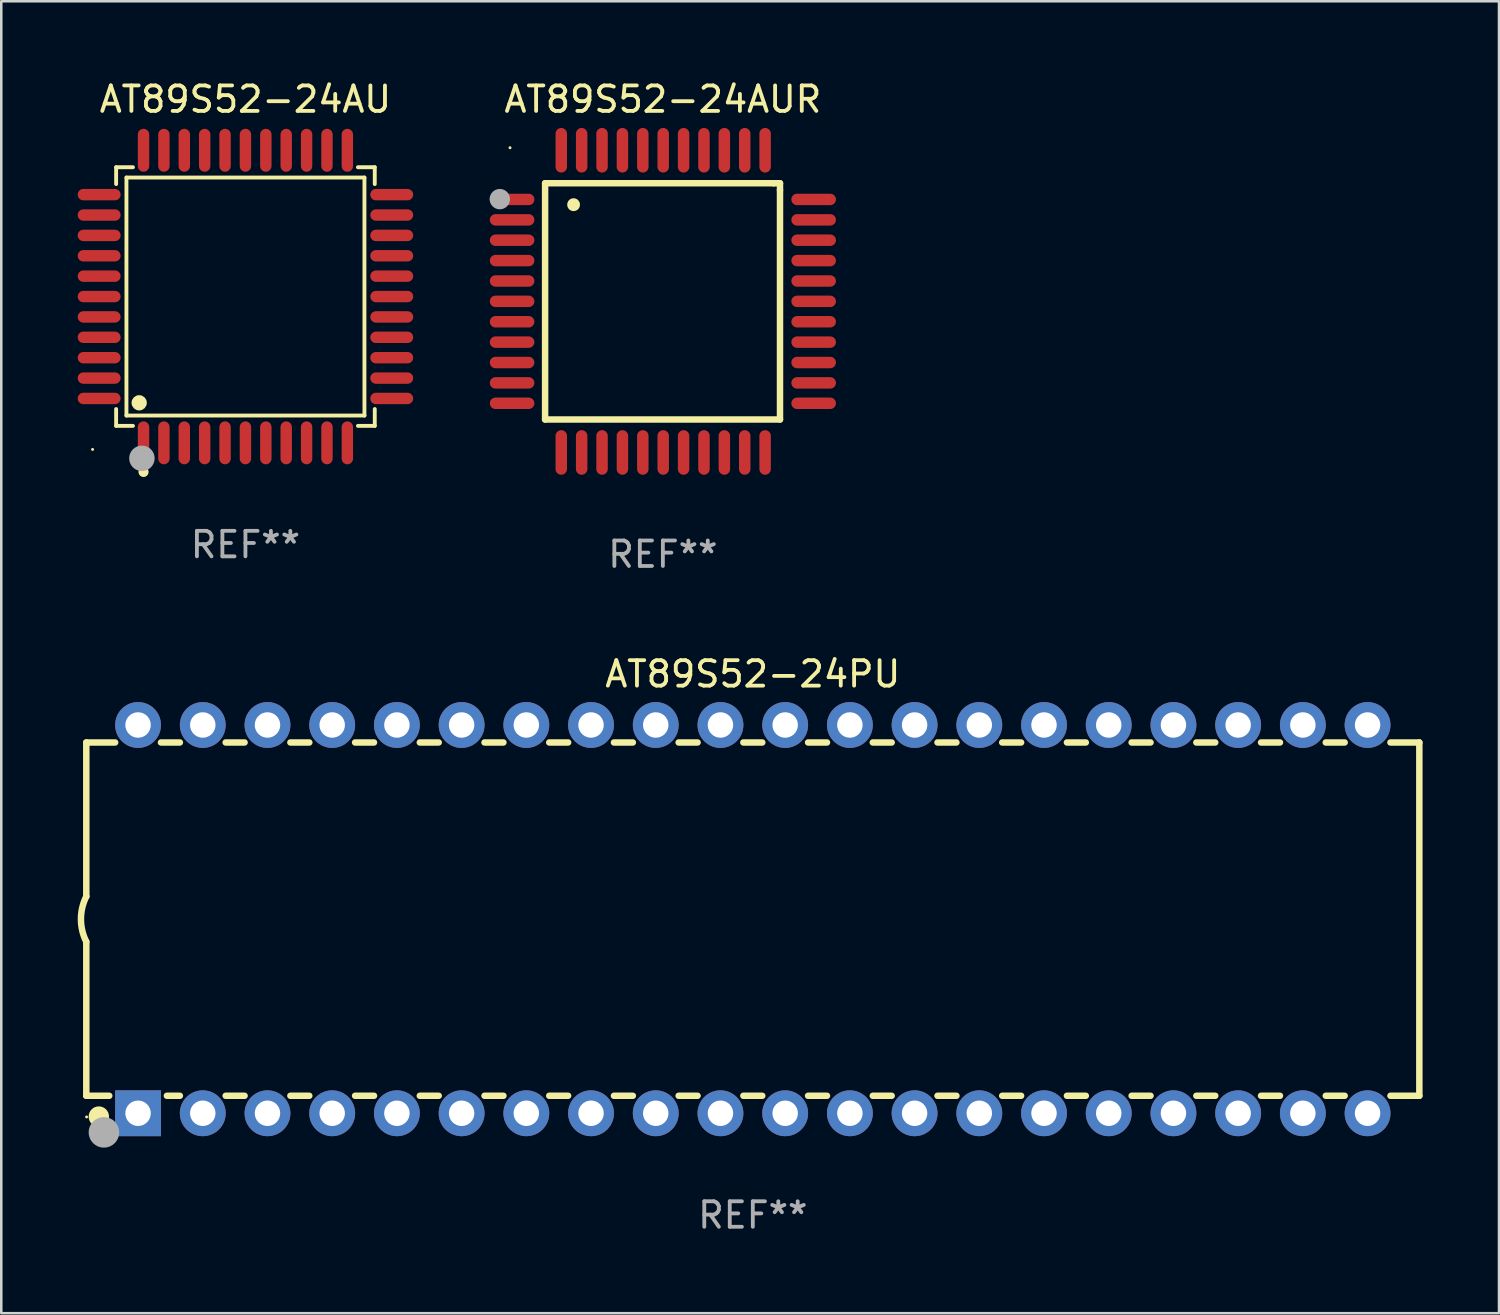
<source format=kicad_pcb>
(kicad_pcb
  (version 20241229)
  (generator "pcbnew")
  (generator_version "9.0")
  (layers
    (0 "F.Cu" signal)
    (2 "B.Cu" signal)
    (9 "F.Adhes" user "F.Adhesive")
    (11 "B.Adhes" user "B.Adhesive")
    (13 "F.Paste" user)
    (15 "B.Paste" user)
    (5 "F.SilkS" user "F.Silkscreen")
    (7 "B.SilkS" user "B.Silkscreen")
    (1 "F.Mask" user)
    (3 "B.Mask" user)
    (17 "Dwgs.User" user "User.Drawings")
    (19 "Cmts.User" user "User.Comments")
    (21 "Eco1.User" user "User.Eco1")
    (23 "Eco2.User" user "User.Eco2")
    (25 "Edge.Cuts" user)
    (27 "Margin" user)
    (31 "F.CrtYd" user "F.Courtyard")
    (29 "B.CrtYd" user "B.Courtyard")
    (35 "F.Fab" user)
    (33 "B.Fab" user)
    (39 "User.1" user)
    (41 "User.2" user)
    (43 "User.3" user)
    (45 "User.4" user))
  (footprint "AT89S52-24PU"
    (layer "F.Cu")
    (at 26.499 33.027)
    (property "Reference" "AT89S52-24PU" (at 0 -9.62 0) (layer "F.SilkS") (effects (font (size 1 1) (thickness 0.15))))
    (attr through_hole)
    (fp_line (start -26.162 -6.934) (end -26.162 -0.889) (stroke (width 0.254) (type solid)) (layer "F.SilkS"))
    (fp_line (start -26.162 -6.934) (end -25.029 -6.934) (stroke (width 0.254) (type solid)) (layer "F.SilkS"))
    (fp_line (start -26.162 6.934) (end -26.162 0.889) (stroke (width 0.254) (type solid)) (layer "F.SilkS"))
    (fp_line (start -26.162 6.934) (end -25.261 6.934) (stroke (width 0.254) (type solid)) (layer "F.SilkS"))
    (fp_line (start -23.231 -6.934) (end -22.489 -6.934) (stroke (width 0.254) (type solid)) (layer "F.SilkS"))
    (fp_line (start -22.999 6.934) (end -22.489 6.934) (stroke (width 0.254) (type solid)) (layer "F.SilkS"))
    (fp_line (start -20.691 -6.934) (end -19.949 -6.934) (stroke (width 0.254) (type solid)) (layer "F.SilkS"))
    (fp_line (start -20.691 6.934) (end -19.949 6.934) (stroke (width 0.254) (type solid)) (layer "F.SilkS"))
    (fp_line (start -18.151 -6.934) (end -17.409 -6.934) (stroke (width 0.254) (type solid)) (layer "F.SilkS"))
    (fp_line (start -18.151 6.934) (end -17.409 6.934) (stroke (width 0.254) (type solid)) (layer "F.SilkS"))
    (fp_line (start -15.611 -6.934) (end -14.869 -6.934) (stroke (width 0.254) (type solid)) (layer "F.SilkS"))
    (fp_line (start -15.611 6.934) (end -14.869 6.934) (stroke (width 0.254) (type solid)) (layer "F.SilkS"))
    (fp_line (start -13.071 -6.934) (end -12.329 -6.934) (stroke (width 0.254) (type solid)) (layer "F.SilkS"))
    (fp_line (start -13.071 6.934) (end -12.329 6.934) (stroke (width 0.254) (type solid)) (layer "F.SilkS"))
    (fp_line (start -10.531 -6.934) (end -9.789 -6.934) (stroke (width 0.254) (type solid)) (layer "F.SilkS"))
    (fp_line (start -10.531 6.934) (end -9.789 6.934) (stroke (width 0.254) (type solid)) (layer "F.SilkS"))
    (fp_line (start -7.991 -6.934) (end -7.249 -6.934) (stroke (width 0.254) (type solid)) (layer "F.SilkS"))
    (fp_line (start -7.991 6.934) (end -7.249 6.934) (stroke (width 0.254) (type solid)) (layer "F.SilkS"))
    (fp_line (start -5.451 -6.934) (end -4.709 -6.934) (stroke (width 0.254) (type solid)) (layer "F.SilkS"))
    (fp_line (start -5.451 6.934) (end -4.709 6.934) (stroke (width 0.254) (type solid)) (layer "F.SilkS"))
    (fp_line (start -2.911 -6.934) (end -2.169 -6.934) (stroke (width 0.254) (type solid)) (layer "F.SilkS"))
    (fp_line (start -2.911 6.934) (end -2.169 6.934) (stroke (width 0.254) (type solid)) (layer "F.SilkS"))
    (fp_line (start -0.371 -6.934) (end 0.371 -6.934) (stroke (width 0.254) (type solid)) (layer "F.SilkS"))
    (fp_line (start -0.371 6.934) (end 0.371 6.934) (stroke (width 0.254) (type solid)) (layer "F.SilkS"))
    (fp_line (start 2.169 -6.934) (end 2.911 -6.934) (stroke (width 0.254) (type solid)) (layer "F.SilkS"))
    (fp_line (start 2.169 6.934) (end 2.911 6.934) (stroke (width 0.254) (type solid)) (layer "F.SilkS"))
    (fp_line (start 4.709 -6.934) (end 5.451 -6.934) (stroke (width 0.254) (type solid)) (layer "F.SilkS"))
    (fp_line (start 4.709 6.934) (end 5.451 6.934) (stroke (width 0.254) (type solid)) (layer "F.SilkS"))
    (fp_line (start 7.249 -6.934) (end 7.991 -6.934) (stroke (width 0.254) (type solid)) (layer "F.SilkS"))
    (fp_line (start 7.249 6.934) (end 7.991 6.934) (stroke (width 0.254) (type solid)) (layer "F.SilkS"))
    (fp_line (start 9.789 -6.934) (end 10.531 -6.934) (stroke (width 0.254) (type solid)) (layer "F.SilkS"))
    (fp_line (start 9.789 6.934) (end 10.531 6.934) (stroke (width 0.254) (type solid)) (layer "F.SilkS"))
    (fp_line (start 12.329 -6.934) (end 13.071 -6.934) (stroke (width 0.254) (type solid)) (layer "F.SilkS"))
    (fp_line (start 12.329 6.934) (end 13.071 6.934) (stroke (width 0.254) (type solid)) (layer "F.SilkS"))
    (fp_line (start 14.869 -6.934) (end 15.611 -6.934) (stroke (width 0.254) (type solid)) (layer "F.SilkS"))
    (fp_line (start 14.869 6.934) (end 15.611 6.934) (stroke (width 0.254) (type solid)) (layer "F.SilkS"))
    (fp_line (start 17.409 -6.934) (end 18.151 -6.934) (stroke (width 0.254) (type solid)) (layer "F.SilkS"))
    (fp_line (start 17.409 6.934) (end 18.151 6.934) (stroke (width 0.254) (type solid)) (layer "F.SilkS"))
    (fp_line (start 19.949 -6.934) (end 20.691 -6.934) (stroke (width 0.254) (type solid)) (layer "F.SilkS"))
    (fp_line (start 19.949 6.934) (end 20.691 6.934) (stroke (width 0.254) (type solid)) (layer "F.SilkS"))
    (fp_line (start 22.489 -6.934) (end 23.231 -6.934) (stroke (width 0.254) (type solid)) (layer "F.SilkS"))
    (fp_line (start 22.489 6.934) (end 23.231 6.934) (stroke (width 0.254) (type solid)) (layer "F.SilkS"))
    (fp_line (start 25.029 -6.934) (end 26.162 -6.934) (stroke (width 0.254) (type solid)) (layer "F.SilkS"))
    (fp_line (start 25.029 6.934) (end 26.162 6.934) (stroke (width 0.254) (type solid)) (layer "F.SilkS"))
    (fp_line (start 26.162 -6.934) (end 26.162 6.934) (stroke (width 0.254) (type solid)) (layer "F.SilkS"))
    (fp_arc (start -26.162052 0.889001) (mid -26.371917 0) (end -26.162052 -0.889002) (stroke (width 0.254001) (type solid)) (layer "F.SilkS"))
    (fp_circle (center -26.15 7.765) (end -26.12 7.765) (stroke (width 0.06) (type solid)) (fill no) (layer "F.SilkS"))
    (fp_circle (center -25.67 7.75) (end -25.47 7.75) (stroke (width 0.4) (type solid)) (fill no) (layer "F.SilkS"))
    (fp_circle (center -25.47 8.37) (end -25.17 8.37) (stroke (width 0.6) (type solid)) (fill no) (layer "F.Fab"))
    (fp_text user "REF**" (at 0 11.62 0) (layer "F.Fab") (effects (font (size 1 1) (thickness 0.15))))
    (pad "1" thru_hole rect (at -24.13 7.62) (size 1.8 1.8) (drill 1) (layers "*.Cu" "*.Mask"))
    (pad "2" thru_hole circle (at -21.59 7.62) (size 1.8 1.8) (drill 1) (layers "*.Cu" "*.Mask"))
    (pad "3" thru_hole circle (at -19.05 7.62) (size 1.8 1.8) (drill 1) (layers "*.Cu" "*.Mask"))
    (pad "4" thru_hole circle (at -16.51 7.62) (size 1.8 1.8) (drill 1) (layers "*.Cu" "*.Mask"))
    (pad "5" thru_hole circle (at -13.97 7.62) (size 1.8 1.8) (drill 1) (layers "*.Cu" "*.Mask"))
    (pad "6" thru_hole circle (at -11.43 7.62) (size 1.8 1.8) (drill 1) (layers "*.Cu" "*.Mask"))
    (pad "7" thru_hole circle (at -8.89 7.62) (size 1.8 1.8) (drill 1) (layers "*.Cu" "*.Mask"))
    (pad "8" thru_hole circle (at -6.35 7.62) (size 1.8 1.8) (drill 1) (layers "*.Cu" "*.Mask"))
    (pad "9" thru_hole circle (at -3.81 7.62) (size 1.8 1.8) (drill 1) (layers "*.Cu" "*.Mask"))
    (pad "10" thru_hole circle (at -1.27 7.62) (size 1.8 1.8) (drill 1) (layers "*.Cu" "*.Mask"))
    (pad "11" thru_hole circle (at 1.27 7.62) (size 1.8 1.8) (drill 1) (layers "*.Cu" "*.Mask"))
    (pad "12" thru_hole circle (at 3.81 7.62) (size 1.8 1.8) (drill 1) (layers "*.Cu" "*.Mask"))
    (pad "13" thru_hole circle (at 6.35 7.62) (size 1.8 1.8) (drill 1) (layers "*.Cu" "*.Mask"))
    (pad "14" thru_hole circle (at 8.89 7.62) (size 1.8 1.8) (drill 1) (layers "*.Cu" "*.Mask"))
    (pad "15" thru_hole circle (at 11.43 7.62) (size 1.8 1.8) (drill 1) (layers "*.Cu" "*.Mask"))
    (pad "16" thru_hole circle (at 13.97 7.62) (size 1.8 1.8) (drill 1) (layers "*.Cu" "*.Mask"))
    (pad "17" thru_hole circle (at 16.51 7.62) (size 1.8 1.8) (drill 1) (layers "*.Cu" "*.Mask"))
    (pad "18" thru_hole circle (at 19.05 7.62) (size 1.8 1.8) (drill 1) (layers "*.Cu" "*.Mask"))
    (pad "19" thru_hole circle (at 21.59 7.62) (size 1.8 1.8) (drill 1) (layers "*.Cu" "*.Mask"))
    (pad "20" thru_hole circle (at 24.13 7.62) (size 1.8 1.8) (drill 1) (layers "*.Cu" "*.Mask"))
    (pad "21" thru_hole circle (at 24.13 -7.62) (size 1.8 1.8) (drill 1) (layers "*.Cu" "*.Mask"))
    (pad "22" thru_hole circle (at 21.59 -7.62) (size 1.8 1.8) (drill 1) (layers "*.Cu" "*.Mask"))
    (pad "23" thru_hole circle (at 19.05 -7.62) (size 1.8 1.8) (drill 1) (layers "*.Cu" "*.Mask"))
    (pad "24" thru_hole circle (at 16.51 -7.62) (size 1.8 1.8) (drill 1) (layers "*.Cu" "*.Mask"))
    (pad "25" thru_hole circle (at 13.97 -7.62) (size 1.8 1.8) (drill 1) (layers "*.Cu" "*.Mask"))
    (pad "26" thru_hole circle (at 11.43 -7.62) (size 1.8 1.8) (drill 1) (layers "*.Cu" "*.Mask"))
    (pad "27" thru_hole circle (at 8.89 -7.62) (size 1.8 1.8) (drill 1) (layers "*.Cu" "*.Mask"))
    (pad "28" thru_hole circle (at 6.35 -7.62) (size 1.8 1.8) (drill 1) (layers "*.Cu" "*.Mask"))
    (pad "29" thru_hole circle (at 3.81 -7.62) (size 1.8 1.8) (drill 1) (layers "*.Cu" "*.Mask"))
    (pad "30" thru_hole circle (at 1.27 -7.62) (size 1.8 1.8) (drill 1) (layers "*.Cu" "*.Mask"))
    (pad "31" thru_hole circle (at -1.27 -7.62) (size 1.8 1.8) (drill 1) (layers "*.Cu" "*.Mask"))
    (pad "32" thru_hole circle (at -3.81 -7.62) (size 1.8 1.8) (drill 1) (layers "*.Cu" "*.Mask"))
    (pad "33" thru_hole circle (at -6.35 -7.62) (size 1.8 1.8) (drill 1) (layers "*.Cu" "*.Mask"))
    (pad "34" thru_hole circle (at -8.89 -7.62) (size 1.8 1.8) (drill 1) (layers "*.Cu" "*.Mask"))
    (pad "35" thru_hole circle (at -11.43 -7.62) (size 1.8 1.8) (drill 1) (layers "*.Cu" "*.Mask"))
    (pad "36" thru_hole circle (at -13.97 -7.62) (size 1.8 1.8) (drill 1) (layers "*.Cu" "*.Mask"))
    (pad "37" thru_hole circle (at -16.51 -7.62) (size 1.8 1.8) (drill 1) (layers "*.Cu" "*.Mask"))
    (pad "38" thru_hole circle (at -19.05 -7.62) (size 1.8 1.8) (drill 1) (layers "*.Cu" "*.Mask"))
    (pad "39" thru_hole circle (at -21.59 -7.62) (size 1.8 1.8) (drill 1) (layers "*.Cu" "*.Mask"))
    (pad "40" thru_hole circle (at -24.13 -7.62) (size 1.8 1.8) (drill 1) (layers "*.Cu" "*.Mask")))
  (footprint "AT89S52-24AUR"
    (layer "F.Cu")
    (at 22.969 8.779)
    (property "Reference" "AT89S52-24AUR" (at 0 -7.931 0) (layer "F.SilkS") (effects (font (size 1 1) (thickness 0.15))))
    (attr through_hole)
    (fp_line (start -4.623 -4.636) (end 4.35 -4.636) (stroke (width 0.254) (type solid)) (layer "F.SilkS"))
    (fp_line (start -4.623 4.636) (end -4.623 -4.636) (stroke (width 0.254) (type solid)) (layer "F.SilkS"))
    (fp_line (start 4.35 -4.636) (end 4.597 -4.636) (stroke (width 0.254) (type solid)) (layer "F.SilkS"))
    (fp_line (start 4.597 -4.636) (end 4.597 -4.363) (stroke (width 0.254) (type solid)) (layer "F.SilkS"))
    (fp_line (start 4.597 -4.363) (end 4.597 4.636) (stroke (width 0.254) (type solid)) (layer "F.SilkS"))
    (fp_line (start 4.597 4.636) (end -4.623 4.636) (stroke (width 0.254) (type solid)) (layer "F.SilkS"))
    (fp_arc (start -3.505207 -3.792228) (mid -3.50522 -3.794768) (end -3.505207 -3.797308) (stroke (width 0.5) (type solid)) (layer "F.SilkS"))
    (fp_circle (center -6 -6.03) (end -5.97 -6.03) (stroke (width 0.06) (type solid)) (fill no) (layer "F.SilkS"))
    (fp_circle (center -6.401 -4.013) (end -6.201 -4.013) (stroke (width 0.4) (type solid)) (fill no) (layer "F.Fab"))
    (fp_text user "REF**" (at 0 9.931 0) (layer "F.Fab") (effects (font (size 1 1) (thickness 0.15))))
    (pad "1" smd oval (at -5.918 -4.001 90) (size 0.45 1.75) (layers "F.Cu" "F.Mask" "F.Paste"))
    (pad "2" smd oval (at -5.918 -3.2 90) (size 0.45 1.75) (layers "F.Cu" "F.Mask" "F.Paste"))
    (pad "3" smd oval (at -5.918 -2.4 90) (size 0.45 1.75) (layers "F.Cu" "F.Mask" "F.Paste"))
    (pad "4" smd oval (at -5.918 -1.6 90) (size 0.45 1.75) (layers "F.Cu" "F.Mask" "F.Paste"))
    (pad "5" smd oval (at -5.918 -0.8 90) (size 0.45 1.75) (layers "F.Cu" "F.Mask" "F.Paste"))
    (pad "6" smd oval (at -5.918 0 90) (size 0.45 1.75) (layers "F.Cu" "F.Mask" "F.Paste"))
    (pad "7" smd oval (at -5.918 0.8 90) (size 0.45 1.75) (layers "F.Cu" "F.Mask" "F.Paste"))
    (pad "8" smd oval (at -5.918 1.6 90) (size 0.45 1.75) (layers "F.Cu" "F.Mask" "F.Paste"))
    (pad "9" smd oval (at -5.918 2.4 90) (size 0.45 1.75) (layers "F.Cu" "F.Mask" "F.Paste"))
    (pad "10" smd oval (at -5.918 3.2 90) (size 0.45 1.75) (layers "F.Cu" "F.Mask" "F.Paste"))
    (pad "11" smd oval (at -5.918 4.001 90) (size 0.45 1.75) (layers "F.Cu" "F.Mask" "F.Paste"))
    (pad "12" smd oval (at -3.988 5.931) (size 0.45 1.75) (layers "F.Cu" "F.Mask" "F.Paste"))
    (pad "13" smd oval (at -3.188 5.931) (size 0.45 1.75) (layers "F.Cu" "F.Mask" "F.Paste"))
    (pad "14" smd oval (at -2.388 5.931) (size 0.45 1.75) (layers "F.Cu" "F.Mask" "F.Paste"))
    (pad "15" smd oval (at -1.588 5.931) (size 0.45 1.75) (layers "F.Cu" "F.Mask" "F.Paste"))
    (pad "16" smd oval (at -0.787 5.931) (size 0.45 1.75) (layers "F.Cu" "F.Mask" "F.Paste"))
    (pad "17" smd oval (at 0.013 5.931) (size 0.45 1.75) (layers "F.Cu" "F.Mask" "F.Paste"))
    (pad "18" smd oval (at 0.813 5.931) (size 0.45 1.75) (layers "F.Cu" "F.Mask" "F.Paste"))
    (pad "19" smd oval (at 1.613 5.931) (size 0.45 1.75) (layers "F.Cu" "F.Mask" "F.Paste"))
    (pad "20" smd oval (at 2.413 5.931) (size 0.45 1.75) (layers "F.Cu" "F.Mask" "F.Paste"))
    (pad "21" smd oval (at 3.213 5.931) (size 0.45 1.75) (layers "F.Cu" "F.Mask" "F.Paste"))
    (pad "22" smd oval (at 4.013 5.931) (size 0.45 1.75) (layers "F.Cu" "F.Mask" "F.Paste"))
    (pad "23" smd oval (at 5.918 4.001 90) (size 0.45 1.75) (layers "F.Cu" "F.Mask" "F.Paste"))
    (pad "24" smd oval (at 5.918 3.2 90) (size 0.45 1.75) (layers "F.Cu" "F.Mask" "F.Paste"))
    (pad "25" smd oval (at 5.918 2.4 90) (size 0.45 1.75) (layers "F.Cu" "F.Mask" "F.Paste"))
    (pad "26" smd oval (at 5.918 1.6 90) (size 0.45 1.75) (layers "F.Cu" "F.Mask" "F.Paste"))
    (pad "27" smd oval (at 5.918 0.8 90) (size 0.45 1.75) (layers "F.Cu" "F.Mask" "F.Paste"))
    (pad "28" smd oval (at 5.918 0 90) (size 0.45 1.75) (layers "F.Cu" "F.Mask" "F.Paste"))
    (pad "29" smd oval (at 5.918 -0.8 90) (size 0.45 1.75) (layers "F.Cu" "F.Mask" "F.Paste"))
    (pad "30" smd oval (at 5.918 -1.6 90) (size 0.45 1.75) (layers "F.Cu" "F.Mask" "F.Paste"))
    (pad "31" smd oval (at 5.918 -2.4 90) (size 0.45 1.75) (layers "F.Cu" "F.Mask" "F.Paste"))
    (pad "32" smd oval (at 5.918 -3.2 90) (size 0.45 1.75) (layers "F.Cu" "F.Mask" "F.Paste"))
    (pad "33" smd oval (at 5.918 -4.001 90) (size 0.45 1.75) (layers "F.Cu" "F.Mask" "F.Paste"))
    (pad "34" smd oval (at 4.013 -5.931) (size 0.45 1.75) (layers "F.Cu" "F.Mask" "F.Paste"))
    (pad "35" smd oval (at 3.213 -5.931) (size 0.45 1.75) (layers "F.Cu" "F.Mask" "F.Paste"))
    (pad "36" smd oval (at 2.413 -5.931) (size 0.45 1.75) (layers "F.Cu" "F.Mask" "F.Paste"))
    (pad "37" smd oval (at 1.613 -5.931) (size 0.45 1.75) (layers "F.Cu" "F.Mask" "F.Paste"))
    (pad "38" smd oval (at 0.813 -5.931) (size 0.45 1.75) (layers "F.Cu" "F.Mask" "F.Paste"))
    (pad "39" smd oval (at 0.013 -5.931) (size 0.45 1.75) (layers "F.Cu" "F.Mask" "F.Paste"))
    (pad "40" smd oval (at -0.787 -5.931) (size 0.45 1.75) (layers "F.Cu" "F.Mask" "F.Paste"))
    (pad "41" smd oval (at -1.588 -5.931) (size 0.45 1.75) (layers "F.Cu" "F.Mask" "F.Paste"))
    (pad "42" smd oval (at -2.388 -5.931) (size 0.45 1.75) (layers "F.Cu" "F.Mask" "F.Paste"))
    (pad "43" smd oval (at -3.188 -5.931) (size 0.45 1.75) (layers "F.Cu" "F.Mask" "F.Paste"))
    (pad "44" smd oval (at -3.988 -5.931) (size 0.45 1.75) (layers "F.Cu" "F.Mask" "F.Paste")))
  (footprint "AT89S52-24AU"
    (layer "F.Cu")
    (at 6.584 8.59)
    (property "Reference" "AT89S52-24AU" (at 0 -7.742 0) (layer "F.SilkS") (effects (font (size 1 1) (thickness 0.15))))
    (attr through_hole)
    (fp_line (start -5.076 -5.076) (end -4.415 -5.076) (stroke (width 0.152) (type solid)) (layer "F.SilkS"))
    (fp_line (start -5.076 -4.415) (end -5.076 -5.076) (stroke (width 0.152) (type solid)) (layer "F.SilkS"))
    (fp_line (start -5.076 4.415) (end -5.076 5.076) (stroke (width 0.152) (type solid)) (layer "F.SilkS"))
    (fp_line (start -5.076 5.076) (end -4.415 5.076) (stroke (width 0.152) (type solid)) (layer "F.SilkS"))
    (fp_line (start -4.671 -4.671) (end 4.671 -4.671) (stroke (width 0.152) (type solid)) (layer "F.SilkS"))
    (fp_line (start -4.671 4.671) (end -4.671 -4.671) (stroke (width 0.152) (type solid)) (layer "F.SilkS"))
    (fp_line (start 4.671 -4.671) (end 4.671 4.671) (stroke (width 0.152) (type solid)) (layer "F.SilkS"))
    (fp_line (start 4.671 4.671) (end -4.671 4.671) (stroke (width 0.152) (type solid)) (layer "F.SilkS"))
    (fp_line (start 5.076 -5.076) (end 4.415 -5.076) (stroke (width 0.152) (type solid)) (layer "F.SilkS"))
    (fp_line (start 5.076 -4.415) (end 5.076 -5.076) (stroke (width 0.152) (type solid)) (layer "F.SilkS"))
    (fp_line (start 5.076 4.415) (end 5.076 5.076) (stroke (width 0.152) (type solid)) (layer "F.SilkS"))
    (fp_line (start 5.076 5.076) (end 4.415 5.076) (stroke (width 0.152) (type solid)) (layer "F.SilkS"))
    (fp_circle (center -6 6) (end -5.97 6) (stroke (width 0.06) (type solid)) (fill no) (layer "F.SilkS"))
    (fp_circle (center -4.171 4.171) (end -4.021 4.171) (stroke (width 0.3) (type solid)) (fill no) (layer "F.SilkS"))
    (fp_circle (center -4 6.884) (end -3.9 6.884) (stroke (width 0.2) (type solid)) (fill no) (layer "F.SilkS"))
    (fp_circle (center -4.064 6.35) (end -3.814 6.35) (stroke (width 0.5) (type solid)) (fill no) (layer "F.Fab"))
    (fp_text user "REF**" (at 0 9.742 0) (layer "F.Fab") (effects (font (size 1 1) (thickness 0.15))))
    (pad "1" smd oval (at -4 5.742) (size 0.448 1.684) (layers "F.Cu" "F.Mask" "F.Paste"))
    (pad "2" smd oval (at -3.2 5.742) (size 0.448 1.684) (layers "F.Cu" "F.Mask" "F.Paste"))
    (pad "3" smd oval (at -2.4 5.742) (size 0.448 1.684) (layers "F.Cu" "F.Mask" "F.Paste"))
    (pad "4" smd oval (at -1.6 5.742) (size 0.448 1.684) (layers "F.Cu" "F.Mask" "F.Paste"))
    (pad "5" smd oval (at -0.8 5.742) (size 0.448 1.684) (layers "F.Cu" "F.Mask" "F.Paste"))
    (pad "6" smd oval (at 0 5.742) (size 0.448 1.684) (layers "F.Cu" "F.Mask" "F.Paste"))
    (pad "7" smd oval (at 0.8 5.742) (size 0.448 1.684) (layers "F.Cu" "F.Mask" "F.Paste"))
    (pad "8" smd oval (at 1.6 5.742) (size 0.448 1.684) (layers "F.Cu" "F.Mask" "F.Paste"))
    (pad "9" smd oval (at 2.4 5.742) (size 0.448 1.684) (layers "F.Cu" "F.Mask" "F.Paste"))
    (pad "10" smd oval (at 3.2 5.742) (size 0.448 1.684) (layers "F.Cu" "F.Mask" "F.Paste"))
    (pad "11" smd oval (at 4 5.742) (size 0.448 1.684) (layers "F.Cu" "F.Mask" "F.Paste"))
    (pad "12" smd oval (at 5.742 4) (size 1.684 0.448) (layers "F.Cu" "F.Mask" "F.Paste"))
    (pad "13" smd oval (at 5.742 3.2) (size 1.684 0.448) (layers "F.Cu" "F.Mask" "F.Paste"))
    (pad "14" smd oval (at 5.742 2.4) (size 1.684 0.448) (layers "F.Cu" "F.Mask" "F.Paste"))
    (pad "15" smd oval (at 5.742 1.6) (size 1.684 0.448) (layers "F.Cu" "F.Mask" "F.Paste"))
    (pad "16" smd oval (at 5.742 0.8) (size 1.684 0.448) (layers "F.Cu" "F.Mask" "F.Paste"))
    (pad "17" smd oval (at 5.742 0) (size 1.684 0.448) (layers "F.Cu" "F.Mask" "F.Paste"))
    (pad "18" smd oval (at 5.742 -0.8) (size 1.684 0.448) (layers "F.Cu" "F.Mask" "F.Paste"))
    (pad "19" smd oval (at 5.742 -1.6) (size 1.684 0.448) (layers "F.Cu" "F.Mask" "F.Paste"))
    (pad "20" smd oval (at 5.742 -2.4) (size 1.684 0.448) (layers "F.Cu" "F.Mask" "F.Paste"))
    (pad "21" smd oval (at 5.742 -3.2) (size 1.684 0.448) (layers "F.Cu" "F.Mask" "F.Paste"))
    (pad "22" smd oval (at 5.742 -4) (size 1.684 0.448) (layers "F.Cu" "F.Mask" "F.Paste"))
    (pad "23" smd oval (at 4 -5.742) (size 0.448 1.684) (layers "F.Cu" "F.Mask" "F.Paste"))
    (pad "24" smd oval (at 3.2 -5.742) (size 0.448 1.684) (layers "F.Cu" "F.Mask" "F.Paste"))
    (pad "25" smd oval (at 2.4 -5.742) (size 0.448 1.684) (layers "F.Cu" "F.Mask" "F.Paste"))
    (pad "26" smd oval (at 1.6 -5.742) (size 0.448 1.684) (layers "F.Cu" "F.Mask" "F.Paste"))
    (pad "27" smd oval (at 0.8 -5.742) (size 0.448 1.684) (layers "F.Cu" "F.Mask" "F.Paste"))
    (pad "28" smd oval (at 0 -5.742) (size 0.448 1.684) (layers "F.Cu" "F.Mask" "F.Paste"))
    (pad "29" smd oval (at -0.8 -5.742) (size 0.448 1.684) (layers "F.Cu" "F.Mask" "F.Paste"))
    (pad "30" smd oval (at -1.6 -5.742) (size 0.448 1.684) (layers "F.Cu" "F.Mask" "F.Paste"))
    (pad "31" smd oval (at -2.4 -5.742) (size 0.448 1.684) (layers "F.Cu" "F.Mask" "F.Paste"))
    (pad "32" smd oval (at -3.2 -5.742) (size 0.448 1.684) (layers "F.Cu" "F.Mask" "F.Paste"))
    (pad "33" smd oval (at -4 -5.742) (size 0.448 1.684) (layers "F.Cu" "F.Mask" "F.Paste"))
    (pad "34" smd oval (at -5.742 -4) (size 1.684 0.448) (layers "F.Cu" "F.Mask" "F.Paste"))
    (pad "35" smd oval (at -5.742 -3.2) (size 1.684 0.448) (layers "F.Cu" "F.Mask" "F.Paste"))
    (pad "36" smd oval (at -5.742 -2.4) (size 1.684 0.448) (layers "F.Cu" "F.Mask" "F.Paste"))
    (pad "37" smd oval (at -5.742 -1.6) (size 1.684 0.448) (layers "F.Cu" "F.Mask" "F.Paste"))
    (pad "38" smd oval (at -5.742 -0.8) (size 1.684 0.448) (layers "F.Cu" "F.Mask" "F.Paste"))
    (pad "39" smd oval (at -5.742 0) (size 1.684 0.448) (layers "F.Cu" "F.Mask" "F.Paste"))
    (pad "40" smd oval (at -5.742 0.8) (size 1.684 0.448) (layers "F.Cu" "F.Mask" "F.Paste"))
    (pad "41" smd oval (at -5.742 1.6) (size 1.684 0.448) (layers "F.Cu" "F.Mask" "F.Paste"))
    (pad "42" smd oval (at -5.742 2.4) (size 1.684 0.448) (layers "F.Cu" "F.Mask" "F.Paste"))
    (pad "43" smd oval (at -5.742 3.2) (size 1.684 0.448) (layers "F.Cu" "F.Mask" "F.Paste"))
    (pad "44" smd oval (at -5.742 4) (size 1.684 0.448) (layers "F.Cu" "F.Mask" "F.Paste")))
  (gr_rect
    (start -3 -3)
    (end 55.788 48.495)
    (stroke (width 0.1) (type default))
    (fill no)
    (layer "Edge.Cuts")))
</source>
